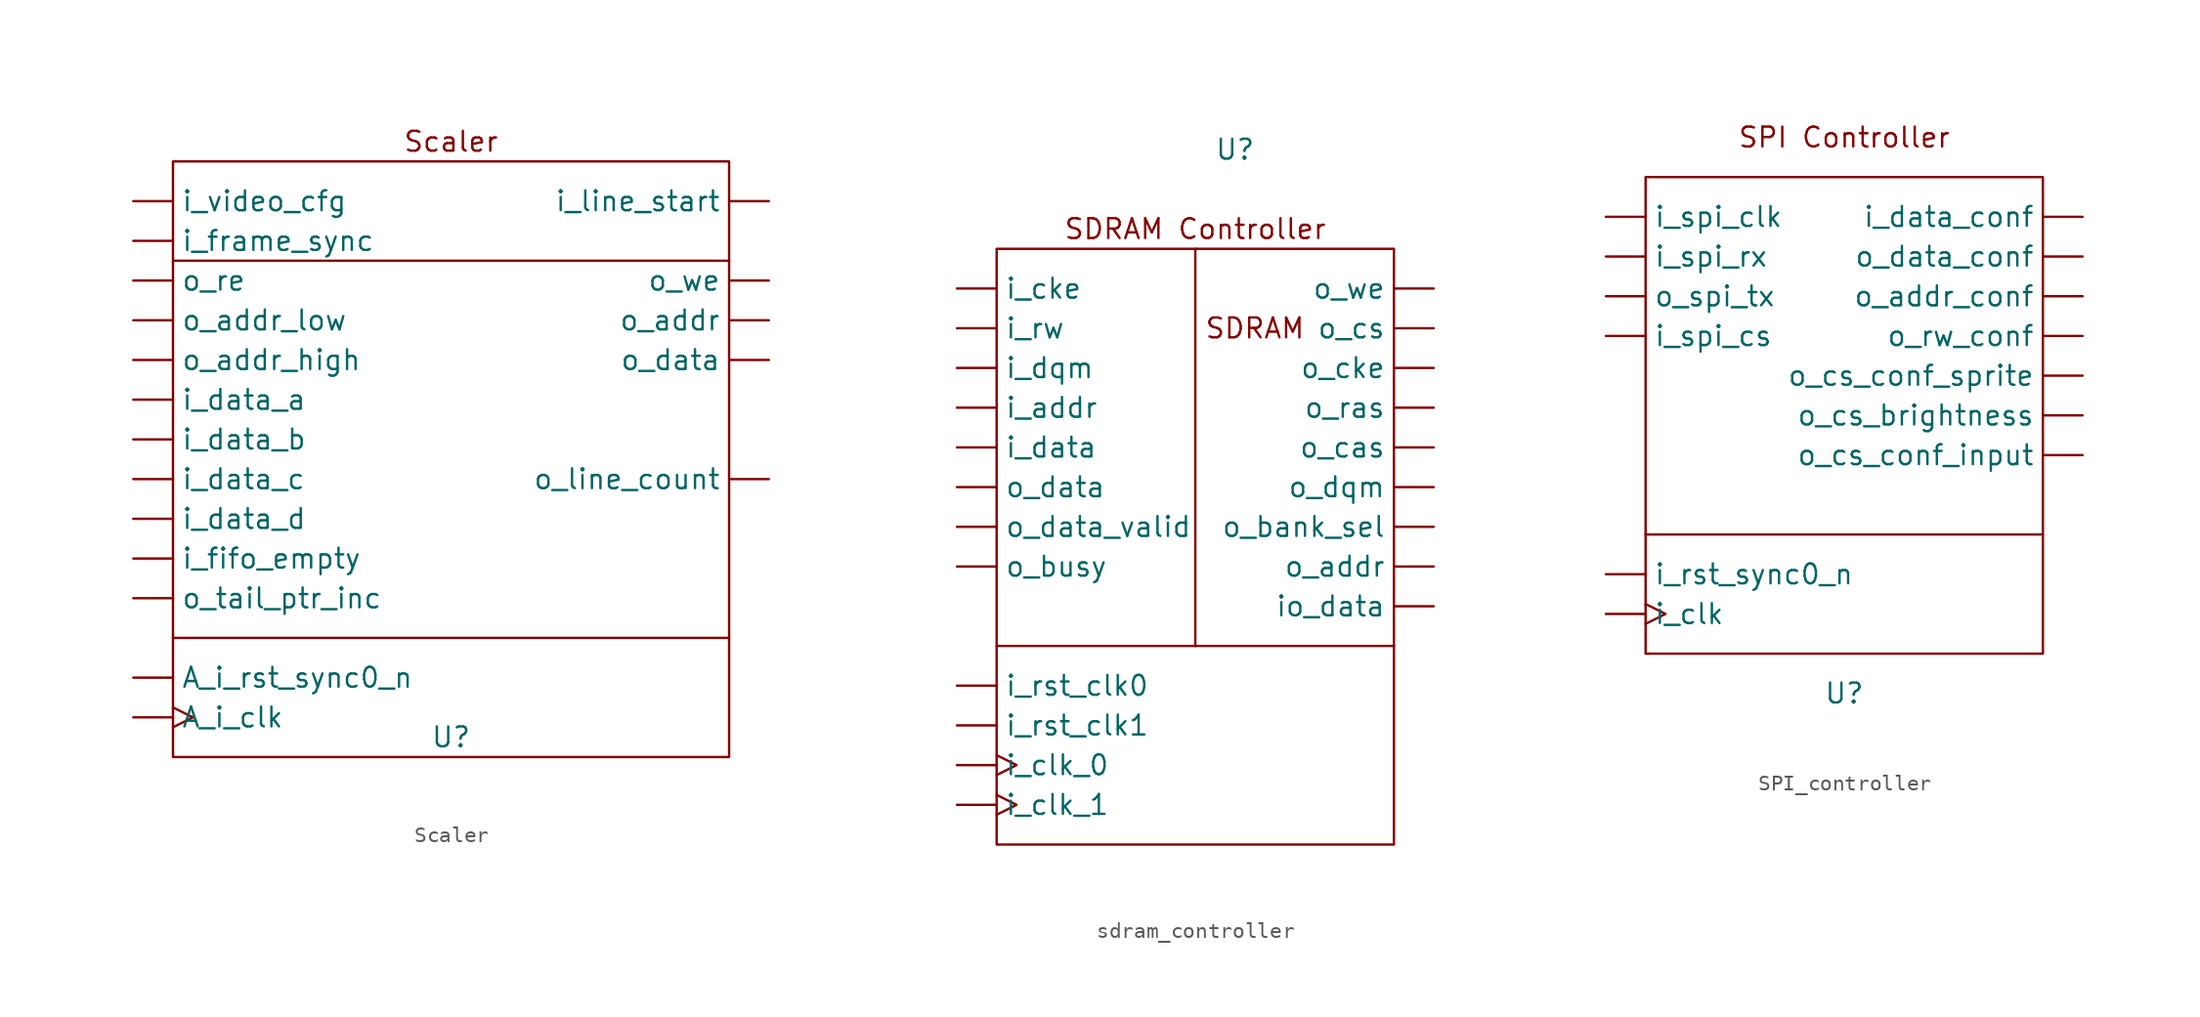
<source format=kicad_sym>
(kicad_symbol_lib
  (version 20220914)
  (generator kicad_symbol_editor)
  (symbol "Scaler"
    (property "Reference" "U"
      (at 0 -34.29 0)
      (effects (font (size 1.27 1.27))))
    (property "Value" ""
      (at -1.27 3.81 0)
      (effects (font (size 1.27 1.27))))
    (symbol "Scaler_0_1"
      (rectangle (start -17.78 2.54) (end 17.78 -35.56) (stroke (width 0) (type default)) (fill (type none)))
      (polyline (pts (xy -17.78 -27.94) (xy 17.78 -27.94)) (stroke (width 0) (type default)) (fill (type none)))
      (polyline (pts (xy -17.78 -3.81) (xy 17.78 -3.81)) (stroke (width 0) (type default)) (fill (type none))))
    (symbol "Scaler_1_1"
      (text "Scaler" (at 0 3.81 0) (effects (font (size 1.27 1.27))))
      (pin input clock (at -20.32 -33.02 0) (length 2.54) (name "A_i_clk" (effects (font (size 1.27 1.27)))) (number "" (effects (font (size 1.27 1.27)))))
      (pin input line (at -20.32 -30.48 0) (length 2.54) (name "A_i_rst_sync0_n" (effects (font (size 1.27 1.27)))) (number "" (effects (font (size 1.27 1.27)))))
      (pin output line (at -20.32 -12.7 0) (length 2.54) (name "i_data_a" (effects (font (size 1.27 1.27)))) (number "" (effects (font (size 1.27 1.27)))))
      (pin output line (at -20.32 -15.24 0) (length 2.54) (name "i_data_b" (effects (font (size 1.27 1.27)))) (number "" (effects (font (size 1.27 1.27)))))
      (pin output line (at -20.32 -17.78 0) (length 2.54) (name "i_data_c" (effects (font (size 1.27 1.27)))) (number "" (effects (font (size 1.27 1.27)))))
      (pin output line (at -20.32 -20.32 0) (length 2.54) (name "i_data_d" (effects (font (size 1.27 1.27)))) (number "" (effects (font (size 1.27 1.27)))))
      (pin output line (at -20.32 -22.86 0) (length 2.54) (name "i_fifo_empty" (effects (font (size 1.27 1.27)))) (number "" (effects (font (size 1.27 1.27)))))
      (pin input line (at -20.32 -2.54 0) (length 2.54) (name "i_frame_sync" (effects (font (size 1.27 1.27)))) (number "" (effects (font (size 1.27 1.27)))))
      (pin output line (at 20.32 0 180) (length 2.54) (name "i_line_start" (effects (font (size 1.27 1.27)))) (number "" (effects (font (size 1.27 1.27)))))
      (pin input line (at -20.32 0 0) (length 2.54) (name "i_video_cfg" (effects (font (size 1.27 1.27)))) (number "" (effects (font (size 1.27 1.27)))))
      (pin input line (at 20.32 -7.62 180) (length 2.54) (name "o_addr" (effects (font (size 1.27 1.27)))) (number "" (effects (font (size 1.27 1.27)))))
      (pin input line (at -20.32 -10.16 0) (length 2.54) (name "o_addr_high" (effects (font (size 1.27 1.27)))) (number "" (effects (font (size 1.27 1.27)))))
      (pin input line (at -20.32 -7.62 0) (length 2.54) (name "o_addr_low" (effects (font (size 1.27 1.27)))) (number "" (effects (font (size 1.27 1.27)))))
      (pin output line (at 20.32 -10.16 180) (length 2.54) (name "o_data" (effects (font (size 1.27 1.27)))) (number "" (effects (font (size 1.27 1.27)))))
      (pin output line (at 20.32 -17.78 180) (length 2.54) (name "o_line_count" (effects (font (size 1.27 1.27)))) (number "" (effects (font (size 1.27 1.27)))))
      (pin input line (at -20.32 -5.08 0) (length 2.54) (name "o_re" (effects (font (size 1.27 1.27)))) (number "" (effects (font (size 1.27 1.27)))))
      (pin input line (at -20.32 -25.4 0) (length 2.54) (name "o_tail_ptr_inc" (effects (font (size 1.27 1.27)))) (number "" (effects (font (size 1.27 1.27)))))
      (pin input line (at 20.32 -5.08 180) (length 2.54) (name "o_we" (effects (font (size 1.27 1.27)))) (number "" (effects (font (size 1.27 1.27)))))))
  (symbol "sdram_controller"
    (property "Reference" "U"
      (at 2.54 8.89 0)
      (effects (font (size 1.27 1.27))))
    (property "Value" ""
      (at 3.81 0 0)
      (effects (font (size 1.27 1.27))))
    (symbol "sdram_controller_0_1"
      (rectangle (start -12.7 2.54) (end 12.7 -35.56) (stroke (width 0) (type default)) (fill (type none)))
      (polyline (pts (xy -12.7 -22.86) (xy 12.7 -22.86)) (stroke (width 0) (type default)) (fill (type none)))
      (polyline (pts (xy 0 -22.86) (xy 0 2.54)) (stroke (width 0) (type default)) (fill (type none))))
    (symbol "sdram_controller_1_1"
      (text "SDRAM" (at 3.81 -2.54 0) (effects (font (size 1.27 1.27))))
      (text "SDRAM Controller" (at 0 3.81 0) (effects (font (size 1.27 1.27))))
      (pin input line (at -15.24 -7.62 0) (length 2.54) (name "i_addr" (effects (font (size 1.27 1.27)))) (number "" (effects (font (size 1.27 1.27)))))
      (pin input line (at -15.24 0 0) (length 2.54) (name "i_cke" (effects (font (size 1.27 1.27)))) (number "" (effects (font (size 1.27 1.27)))))
      (pin input clock (at -15.24 -30.48 0) (length 2.54) (name "i_clk_0" (effects (font (size 1.27 1.27)))) (number "" (effects (font (size 1.27 1.27)))))
      (pin input clock (at -15.24 -33.02 0) (length 2.54) (name "i_clk_1" (effects (font (size 1.27 1.27)))) (number "" (effects (font (size 1.27 1.27)))))
      (pin input line (at -15.24 -10.16 0) (length 2.54) (name "i_data" (effects (font (size 1.27 1.27)))) (number "" (effects (font (size 1.27 1.27)))))
      (pin input line (at -15.24 -5.08 0) (length 2.54) (name "i_dqm" (effects (font (size 1.27 1.27)))) (number "" (effects (font (size 1.27 1.27)))))
      (pin input line (at -15.24 -25.4 0) (length 2.54) (name "i_rst_clk0" (effects (font (size 1.27 1.27)))) (number "" (effects (font (size 1.27 1.27)))))
      (pin input line (at -15.24 -27.94 0) (length 2.54) (name "i_rst_clk1" (effects (font (size 1.27 1.27)))) (number "" (effects (font (size 1.27 1.27)))))
      (pin input line (at -15.24 -2.54 0) (length 2.54) (name "i_rw" (effects (font (size 1.27 1.27)))) (number "" (effects (font (size 1.27 1.27)))))
      (pin bidirectional line (at 15.24 -20.32 180) (length 2.54) (name "io_data" (effects (font (size 1.27 1.27)))) (number "" (effects (font (size 1.27 1.27)))))
      (pin input line (at 15.24 -17.78 180) (length 2.54) (name "o_addr" (effects (font (size 1.27 1.27)))) (number "" (effects (font (size 1.27 1.27)))))
      (pin input line (at 15.24 -15.24 180) (length 2.54) (name "o_bank_sel" (effects (font (size 1.27 1.27)))) (number "" (effects (font (size 1.27 1.27)))))
      (pin output line (at -15.24 -17.78 0) (length 2.54) (name "o_busy" (effects (font (size 1.27 1.27)))) (number "" (effects (font (size 1.27 1.27)))))
      (pin output line (at 15.24 -10.16 180) (length 2.54) (name "o_cas" (effects (font (size 1.27 1.27)))) (number "" (effects (font (size 1.27 1.27)))))
      (pin output line (at 15.24 -5.08 180) (length 2.54) (name "o_cke" (effects (font (size 1.27 1.27)))) (number "" (effects (font (size 1.27 1.27)))))
      (pin output line (at 15.24 -2.54 180) (length 2.54) (name "o_cs" (effects (font (size 1.27 1.27)))) (number "" (effects (font (size 1.27 1.27)))))
      (pin output line (at -15.24 -12.7 0) (length 2.54) (name "o_data" (effects (font (size 1.27 1.27)))) (number "" (effects (font (size 1.27 1.27)))))
      (pin output line (at -15.24 -15.24 0) (length 2.54) (name "o_data_valid" (effects (font (size 1.27 1.27)))) (number "" (effects (font (size 1.27 1.27)))))
      (pin output line (at 15.24 -12.7 180) (length 2.54) (name "o_dqm" (effects (font (size 1.27 1.27)))) (number "" (effects (font (size 1.27 1.27)))))
      (pin output line (at 15.24 -7.62 180) (length 2.54) (name "o_ras" (effects (font (size 1.27 1.27)))) (number "" (effects (font (size 1.27 1.27)))))
      (pin output line (at 15.24 0 180) (length 2.54) (name "o_we" (effects (font (size 1.27 1.27)))) (number "" (effects (font (size 1.27 1.27)))))))
  (symbol "SPI_controller"
    (property "Reference" "U"
      (at 0 -33.02 0)
      (effects (font (size 1.27 1.27))))
    (property "Value" ""
      (at -2.54 -7.62 0)
      (effects (font (size 1.27 1.27))))
    (symbol "SPI_controller_0_1"
      (rectangle (start -12.7 0) (end 12.7 -30.48) (stroke (width 0) (type default)) (fill (type none)))
      (polyline (pts (xy -12.7 -22.86) (xy 12.7 -22.86)) (stroke (width 0) (type default)) (fill (type none))))
    (symbol "SPI_controller_1_1"
      (text "SPI Controller" (at 0 2.54 0) (effects (font (size 1.27 1.27))))
      (pin input clock (at -15.24 -27.94 0) (length 2.54) (name "i_clk" (effects (font (size 1.27 1.27)))) (number "" (effects (font (size 1.27 1.27)))))
      (pin output line (at 15.24 -2.54 180) (length 2.54) (name "i_data_conf" (effects (font (size 1.27 1.27)))) (number "" (effects (font (size 1.27 1.27)))))
      (pin input line (at -15.24 -25.4 0) (length 2.54) (name "i_rst_sync0_n" (effects (font (size 1.27 1.27)))) (number "" (effects (font (size 1.27 1.27)))))
      (pin input line (at -15.24 -2.54 0) (length 2.54) (name "i_spi_clk" (effects (font (size 1.27 1.27)))) (number "" (effects (font (size 1.27 1.27)))))
      (pin output line (at -15.24 -10.16 0) (length 2.54) (name "i_spi_cs" (effects (font (size 1.27 1.27)))) (number "" (effects (font (size 1.27 1.27)))))
      (pin input line (at -15.24 -5.08 0) (length 2.54) (name "i_spi_rx" (effects (font (size 1.27 1.27)))) (number "" (effects (font (size 1.27 1.27)))))
      (pin output line (at 15.24 -7.62 180) (length 2.54) (name "o_addr_conf" (effects (font (size 1.27 1.27)))) (number "" (effects (font (size 1.27 1.27)))))
      (pin input line (at 15.24 -15.24 180) (length 2.54) (name "o_cs_brightness" (effects (font (size 1.27 1.27)))) (number "" (effects (font (size 1.27 1.27)))))
      (pin input line (at 15.24 -17.78 180) (length 2.54) (name "o_cs_conf_input" (effects (font (size 1.27 1.27)))) (number "" (effects (font (size 1.27 1.27)))))
      (pin input line (at 15.24 -12.7 180) (length 2.54) (name "o_cs_conf_sprite" (effects (font (size 1.27 1.27)))) (number "" (effects (font (size 1.27 1.27)))))
      (pin input line (at 15.24 -5.08 180) (length 2.54) (name "o_data_conf" (effects (font (size 1.27 1.27)))) (number "" (effects (font (size 1.27 1.27)))))
      (pin input line (at 15.24 -10.16 180) (length 2.54) (name "o_rw_conf" (effects (font (size 1.27 1.27)))) (number "" (effects (font (size 1.27 1.27)))))
      (pin output line (at -15.24 -7.62 0) (length 2.54) (name "o_spi_tx" (effects (font (size 1.27 1.27)))) (number "" (effects (font (size 1.27 1.27))))))))
</source>
